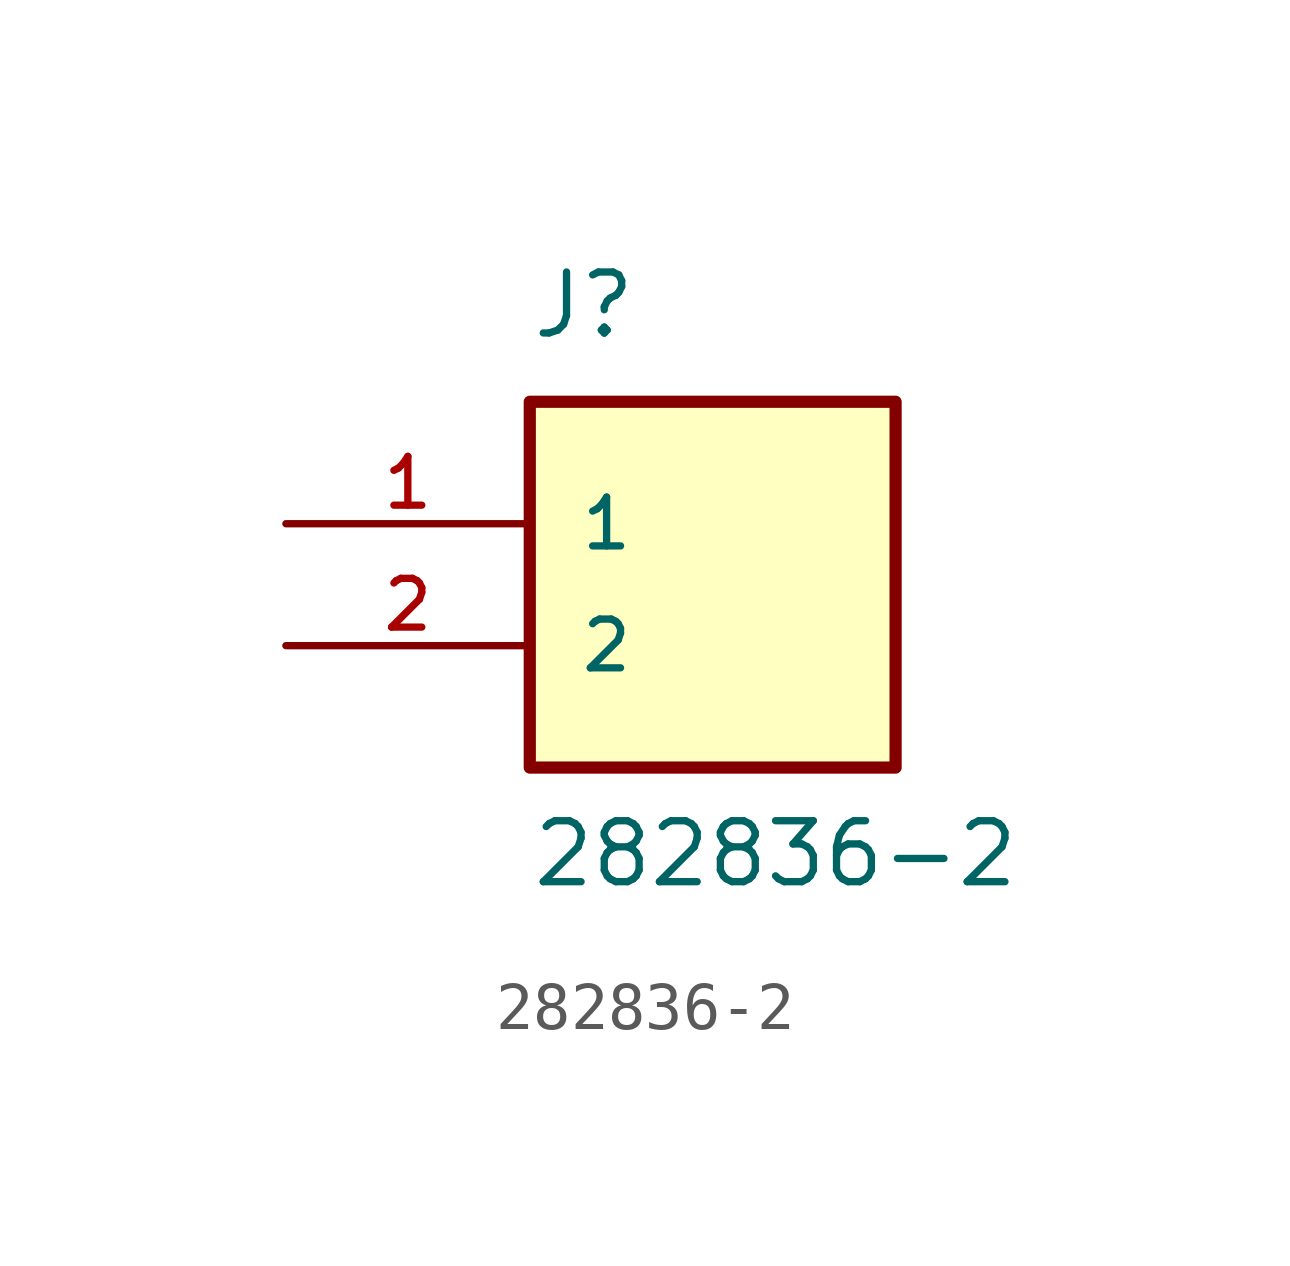
<source format=kicad_sym>
(kicad_symbol_lib
  (version 20211014)
  (generator kicad_symbol_editor)
  (symbol "282836-2"
    (pin_names
      (offset 1.016))
    (property "Reference" "J"
      (at 0.0 6.35 0)
      (effects (font (size 1.27 1.27)) (justify bottom left)))
    (property "Value" "282836-2"
      (at 0.0 -5.08 0)
      (effects (font (size 1.27 1.27)) (justify bottom left)))
    (symbol "282836-2_0_0"
      (rectangle (start 0.0 -2.54) (end 7.62 5.08) (stroke (width 0.254)) (fill (type background)))
      (pin passive line (at -5.08 2.54 0) (length 5.08) (name "1" (effects (font (size 1.016 1.016)))) (number "1" (effects (font (size 1.016 1.016)))))
      (pin passive line (at -5.08 0.0 0) (length 5.08) (name "2" (effects (font (size 1.016 1.016)))) (number "2" (effects (font (size 1.016 1.016))))))))
</source>
